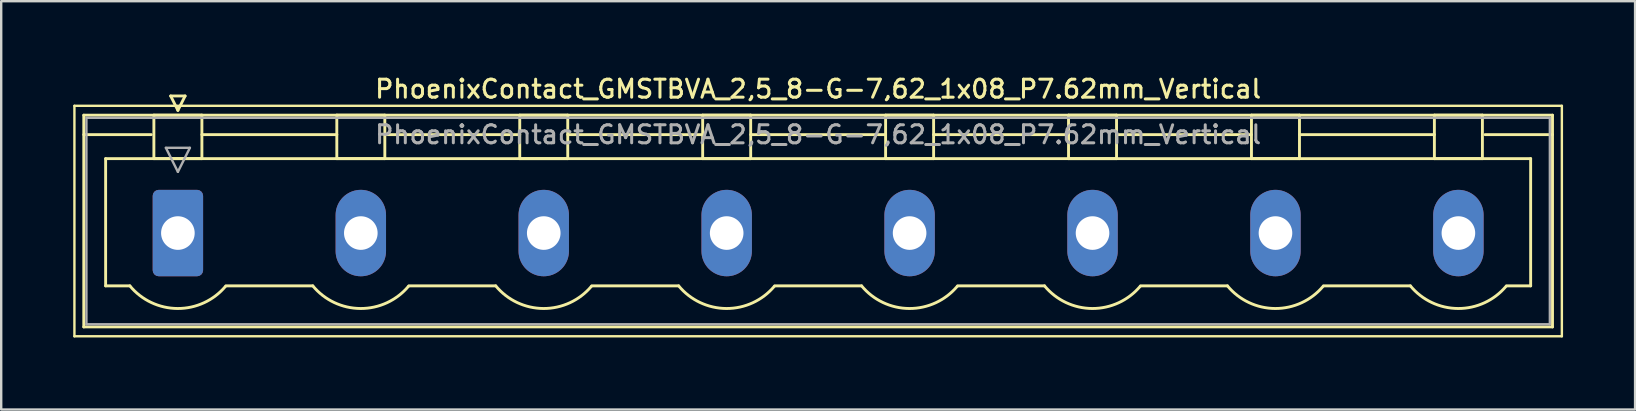
<source format=kicad_pcb>
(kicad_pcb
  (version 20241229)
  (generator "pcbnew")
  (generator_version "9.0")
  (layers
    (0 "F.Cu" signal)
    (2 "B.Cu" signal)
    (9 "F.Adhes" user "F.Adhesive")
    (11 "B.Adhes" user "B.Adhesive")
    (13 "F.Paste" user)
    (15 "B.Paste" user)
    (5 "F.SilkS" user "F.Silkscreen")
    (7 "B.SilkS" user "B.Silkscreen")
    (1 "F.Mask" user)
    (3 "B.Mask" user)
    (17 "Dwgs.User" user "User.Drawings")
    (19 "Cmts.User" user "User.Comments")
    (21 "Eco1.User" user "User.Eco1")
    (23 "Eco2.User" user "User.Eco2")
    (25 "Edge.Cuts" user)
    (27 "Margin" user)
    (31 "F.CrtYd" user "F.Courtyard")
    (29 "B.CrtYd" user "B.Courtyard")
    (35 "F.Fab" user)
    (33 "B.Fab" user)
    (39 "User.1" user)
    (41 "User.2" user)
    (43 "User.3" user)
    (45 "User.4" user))
  (footprint "PhoenixContact_GMSTBVA_2,5_8-G-7,62_1x08_P7.62mm_Vertical"
    (layer "F.Cu")
    (at 4.36 6.658)
    (property "Reference" "PhoenixContact_GMSTBVA_2,5_8-G-7,62_1x08_P7.62mm_Vertical" (at 26.67 -6 0) (layer "F.SilkS") (effects (font (size 0.75 0.75) (thickness 0.125))))
    (attr through_hole)
    (fp_line (start -4.31 -5.3) (end -4.31 4.3) (stroke (width 0.1) (type solid)) (layer "F.SilkS"))
    (fp_line (start -4.31 4.3) (end 57.65 4.3) (stroke (width 0.1) (type solid)) (layer "F.SilkS"))
    (fp_line (start -3.92 -4.91) (end -3.92 3.91) (stroke (width 0.12) (type solid)) (layer "F.SilkS"))
    (fp_line (start -3.92 -4.1) (end -1.11 -4.1) (stroke (width 0.12) (type solid)) (layer "F.SilkS"))
    (fp_line (start -3.92 3.91) (end 57.26 3.91) (stroke (width 0.12) (type solid)) (layer "F.SilkS"))
    (fp_line (start -3.01 -3.1) (end 56.35 -3.1) (stroke (width 0.12) (type solid)) (layer "F.SilkS"))
    (fp_line (start -3.01 2.2) (end -3.01 -3.1) (stroke (width 0.12) (type solid)) (layer "F.SilkS"))
    (fp_line (start -2 2.2) (end -3.01 2.2) (stroke (width 0.12) (type solid)) (layer "F.SilkS"))
    (fp_line (start -1 -4.91) (end 1 -4.91) (stroke (width 0.12) (type solid)) (layer "F.SilkS"))
    (fp_line (start -1 -3.1) (end -1 -4.91) (stroke (width 0.12) (type solid)) (layer "F.SilkS"))
    (fp_line (start -0.3 -5.71) (end 0.3 -5.71) (stroke (width 0.12) (type solid)) (layer "F.SilkS"))
    (fp_line (start 0 -5.11) (end -0.3 -5.71) (stroke (width 0.12) (type solid)) (layer "F.SilkS"))
    (fp_line (start 0.3 -5.71) (end 0 -5.11) (stroke (width 0.12) (type solid)) (layer "F.SilkS"))
    (fp_line (start 1 -4.91) (end 1 -3.1) (stroke (width 0.12) (type solid)) (layer "F.SilkS"))
    (fp_line (start 1 -4.1) (end 6.62 -4.1) (stroke (width 0.12) (type solid)) (layer "F.SilkS"))
    (fp_line (start 1 -3.1) (end -1 -3.1) (stroke (width 0.12) (type solid)) (layer "F.SilkS"))
    (fp_line (start 2 2.2) (end 5.62 2.2) (stroke (width 0.12) (type solid)) (layer "F.SilkS"))
    (fp_line (start 6.62 -4.91) (end 8.62 -4.91) (stroke (width 0.12) (type solid)) (layer "F.SilkS"))
    (fp_line (start 6.62 -3.1) (end 6.62 -4.91) (stroke (width 0.12) (type solid)) (layer "F.SilkS"))
    (fp_line (start 8.62 -4.91) (end 8.62 -3.1) (stroke (width 0.12) (type solid)) (layer "F.SilkS"))
    (fp_line (start 8.62 -4.1) (end 14.24 -4.1) (stroke (width 0.12) (type solid)) (layer "F.SilkS"))
    (fp_line (start 8.62 -3.1) (end 6.62 -3.1) (stroke (width 0.12) (type solid)) (layer "F.SilkS"))
    (fp_line (start 9.62 2.2) (end 13.24 2.2) (stroke (width 0.12) (type solid)) (layer "F.SilkS"))
    (fp_line (start 14.24 -4.91) (end 16.24 -4.91) (stroke (width 0.12) (type solid)) (layer "F.SilkS"))
    (fp_line (start 14.24 -3.1) (end 14.24 -4.91) (stroke (width 0.12) (type solid)) (layer "F.SilkS"))
    (fp_line (start 16.24 -4.91) (end 16.24 -3.1) (stroke (width 0.12) (type solid)) (layer "F.SilkS"))
    (fp_line (start 16.24 -4.1) (end 21.86 -4.1) (stroke (width 0.12) (type solid)) (layer "F.SilkS"))
    (fp_line (start 16.24 -3.1) (end 14.24 -3.1) (stroke (width 0.12) (type solid)) (layer "F.SilkS"))
    (fp_line (start 17.24 2.2) (end 20.86 2.2) (stroke (width 0.12) (type solid)) (layer "F.SilkS"))
    (fp_line (start 21.86 -4.91) (end 23.86 -4.91) (stroke (width 0.12) (type solid)) (layer "F.SilkS"))
    (fp_line (start 21.86 -3.1) (end 21.86 -4.91) (stroke (width 0.12) (type solid)) (layer "F.SilkS"))
    (fp_line (start 23.86 -4.91) (end 23.86 -3.1) (stroke (width 0.12) (type solid)) (layer "F.SilkS"))
    (fp_line (start 23.86 -4.1) (end 29.48 -4.1) (stroke (width 0.12) (type solid)) (layer "F.SilkS"))
    (fp_line (start 23.86 -3.1) (end 21.86 -3.1) (stroke (width 0.12) (type solid)) (layer "F.SilkS"))
    (fp_line (start 24.86 2.2) (end 28.48 2.2) (stroke (width 0.12) (type solid)) (layer "F.SilkS"))
    (fp_line (start 29.48 -4.91) (end 31.48 -4.91) (stroke (width 0.12) (type solid)) (layer "F.SilkS"))
    (fp_line (start 29.48 -3.1) (end 29.48 -4.91) (stroke (width 0.12) (type solid)) (layer "F.SilkS"))
    (fp_line (start 31.48 -4.91) (end 31.48 -3.1) (stroke (width 0.12) (type solid)) (layer "F.SilkS"))
    (fp_line (start 31.48 -4.1) (end 37.1 -4.1) (stroke (width 0.12) (type solid)) (layer "F.SilkS"))
    (fp_line (start 31.48 -3.1) (end 29.48 -3.1) (stroke (width 0.12) (type solid)) (layer "F.SilkS"))
    (fp_line (start 32.48 2.2) (end 36.1 2.2) (stroke (width 0.12) (type solid)) (layer "F.SilkS"))
    (fp_line (start 37.1 -4.91) (end 39.1 -4.91) (stroke (width 0.12) (type solid)) (layer "F.SilkS"))
    (fp_line (start 37.1 -3.1) (end 37.1 -4.91) (stroke (width 0.12) (type solid)) (layer "F.SilkS"))
    (fp_line (start 39.1 -4.91) (end 39.1 -3.1) (stroke (width 0.12) (type solid)) (layer "F.SilkS"))
    (fp_line (start 39.1 -4.1) (end 44.72 -4.1) (stroke (width 0.12) (type solid)) (layer "F.SilkS"))
    (fp_line (start 39.1 -3.1) (end 37.1 -3.1) (stroke (width 0.12) (type solid)) (layer "F.SilkS"))
    (fp_line (start 40.1 2.2) (end 43.72 2.2) (stroke (width 0.12) (type solid)) (layer "F.SilkS"))
    (fp_line (start 44.72 -4.91) (end 46.72 -4.91) (stroke (width 0.12) (type solid)) (layer "F.SilkS"))
    (fp_line (start 44.72 -3.1) (end 44.72 -4.91) (stroke (width 0.12) (type solid)) (layer "F.SilkS"))
    (fp_line (start 46.72 -4.91) (end 46.72 -3.1) (stroke (width 0.12) (type solid)) (layer "F.SilkS"))
    (fp_line (start 46.72 -4.1) (end 52.34 -4.1) (stroke (width 0.12) (type solid)) (layer "F.SilkS"))
    (fp_line (start 46.72 -3.1) (end 44.72 -3.1) (stroke (width 0.12) (type solid)) (layer "F.SilkS"))
    (fp_line (start 47.72 2.2) (end 51.34 2.2) (stroke (width 0.12) (type solid)) (layer "F.SilkS"))
    (fp_line (start 52.34 -4.91) (end 54.34 -4.91) (stroke (width 0.12) (type solid)) (layer "F.SilkS"))
    (fp_line (start 52.34 -3.1) (end 52.34 -4.91) (stroke (width 0.12) (type solid)) (layer "F.SilkS"))
    (fp_line (start 54.34 -4.91) (end 54.34 -3.1) (stroke (width 0.12) (type solid)) (layer "F.SilkS"))
    (fp_line (start 54.34 -3.1) (end 52.34 -3.1) (stroke (width 0.12) (type solid)) (layer "F.SilkS"))
    (fp_line (start 56.35 -3.1) (end 56.35 2.2) (stroke (width 0.12) (type solid)) (layer "F.SilkS"))
    (fp_line (start 56.35 2.2) (end 55.34 2.2) (stroke (width 0.12) (type solid)) (layer "F.SilkS"))
    (fp_line (start 57.26 -4.91) (end -3.92 -4.91) (stroke (width 0.12) (type solid)) (layer "F.SilkS"))
    (fp_line (start 57.26 -4.1) (end 54.45 -4.1) (stroke (width 0.12) (type solid)) (layer "F.SilkS"))
    (fp_line (start 57.26 3.91) (end 57.26 -4.91) (stroke (width 0.12) (type solid)) (layer "F.SilkS"))
    (fp_line (start 57.65 -5.3) (end -4.31 -5.3) (stroke (width 0.1) (type solid)) (layer "F.SilkS"))
    (fp_line (start 57.65 4.3) (end 57.65 -5.3) (stroke (width 0.1) (type solid)) (layer "F.SilkS"))
    (fp_arc (start 1.986842 2.215821) (mid -0.010289 3.142758) (end -2 2.2) (stroke (width 0.12) (type solid)) (layer "F.SilkS"))
    (fp_arc (start 9.606842 2.215821) (mid 7.609711 3.142758) (end 5.62 2.2) (stroke (width 0.12) (type solid)) (layer "F.SilkS"))
    (fp_arc (start 17.226842 2.215821) (mid 15.229711 3.142758) (end 13.24 2.2) (stroke (width 0.12) (type solid)) (layer "F.SilkS"))
    (fp_arc (start 24.846842 2.215821) (mid 22.849711 3.142758) (end 20.86 2.2) (stroke (width 0.12) (type solid)) (layer "F.SilkS"))
    (fp_arc (start 32.466842 2.215821) (mid 30.469711 3.142758) (end 28.48 2.2) (stroke (width 0.12) (type solid)) (layer "F.SilkS"))
    (fp_arc (start 40.086842 2.215821) (mid 38.089711 3.142758) (end 36.1 2.2) (stroke (width 0.12) (type solid)) (layer "F.SilkS"))
    (fp_arc (start 47.706842 2.215821) (mid 45.709711 3.142758) (end 43.72 2.2) (stroke (width 0.12) (type solid)) (layer "F.SilkS"))
    (fp_arc (start 55.326842 2.215821) (mid 53.329711 3.142758) (end 51.34 2.2) (stroke (width 0.12) (type solid)) (layer "F.SilkS"))
    (fp_line (start -3.81 -4.8) (end -3.81 3.8) (stroke (width 0.1) (type solid)) (layer "F.Fab"))
    (fp_line (start -3.81 3.8) (end 57.15 3.8) (stroke (width 0.1) (type solid)) (layer "F.Fab"))
    (fp_line (start -0.5 -3.55) (end 0.5 -3.55) (stroke (width 0.1) (type solid)) (layer "F.Fab"))
    (fp_line (start 0 -2.55) (end -0.5 -3.55) (stroke (width 0.1) (type solid)) (layer "F.Fab"))
    (fp_line (start 0.5 -3.55) (end 0 -2.55) (stroke (width 0.1) (type solid)) (layer "F.Fab"))
    (fp_line (start 57.15 -4.8) (end -3.81 -4.8) (stroke (width 0.1) (type solid)) (layer "F.Fab"))
    (fp_line (start 57.15 3.8) (end 57.15 -4.8) (stroke (width 0.1) (type solid)) (layer "F.Fab"))
    (fp_text user "${REFERENCE}" (at 26.67 -4.1 0) (layer "F.Fab") (effects (font (size 0.75 0.75) (thickness 0.125))))
    (pad "1" thru_hole roundrect (at 0 0) (size 2.1 3.6) (drill 1.4) (layers "*.Cu" "*.Mask") (roundrect_rratio 0.119))
    (pad "2" thru_hole oval (at 7.62 0) (size 2.1 3.6) (drill 1.4) (layers "*.Cu" "*.Mask"))
    (pad "3" thru_hole oval (at 15.24 0) (size 2.1 3.6) (drill 1.4) (layers "*.Cu" "*.Mask"))
    (pad "4" thru_hole oval (at 22.86 0) (size 2.1 3.6) (drill 1.4) (layers "*.Cu" "*.Mask"))
    (pad "5" thru_hole oval (at 30.48 0) (size 2.1 3.6) (drill 1.4) (layers "*.Cu" "*.Mask"))
    (pad "6" thru_hole oval (at 38.1 0) (size 2.1 3.6) (drill 1.4) (layers "*.Cu" "*.Mask"))
    (pad "7" thru_hole oval (at 45.72 0) (size 2.1 3.6) (drill 1.4) (layers "*.Cu" "*.Mask"))
    (pad "8" thru_hole oval (at 53.34 0) (size 2.1 3.6) (drill 1.4) (layers "*.Cu" "*.Mask")))
  (gr_rect
    (start -3 -3)
    (end 65.06 14.008)
    (stroke (width 0.1) (type default))
    (fill no)
    (layer "Edge.Cuts")))
</source>
